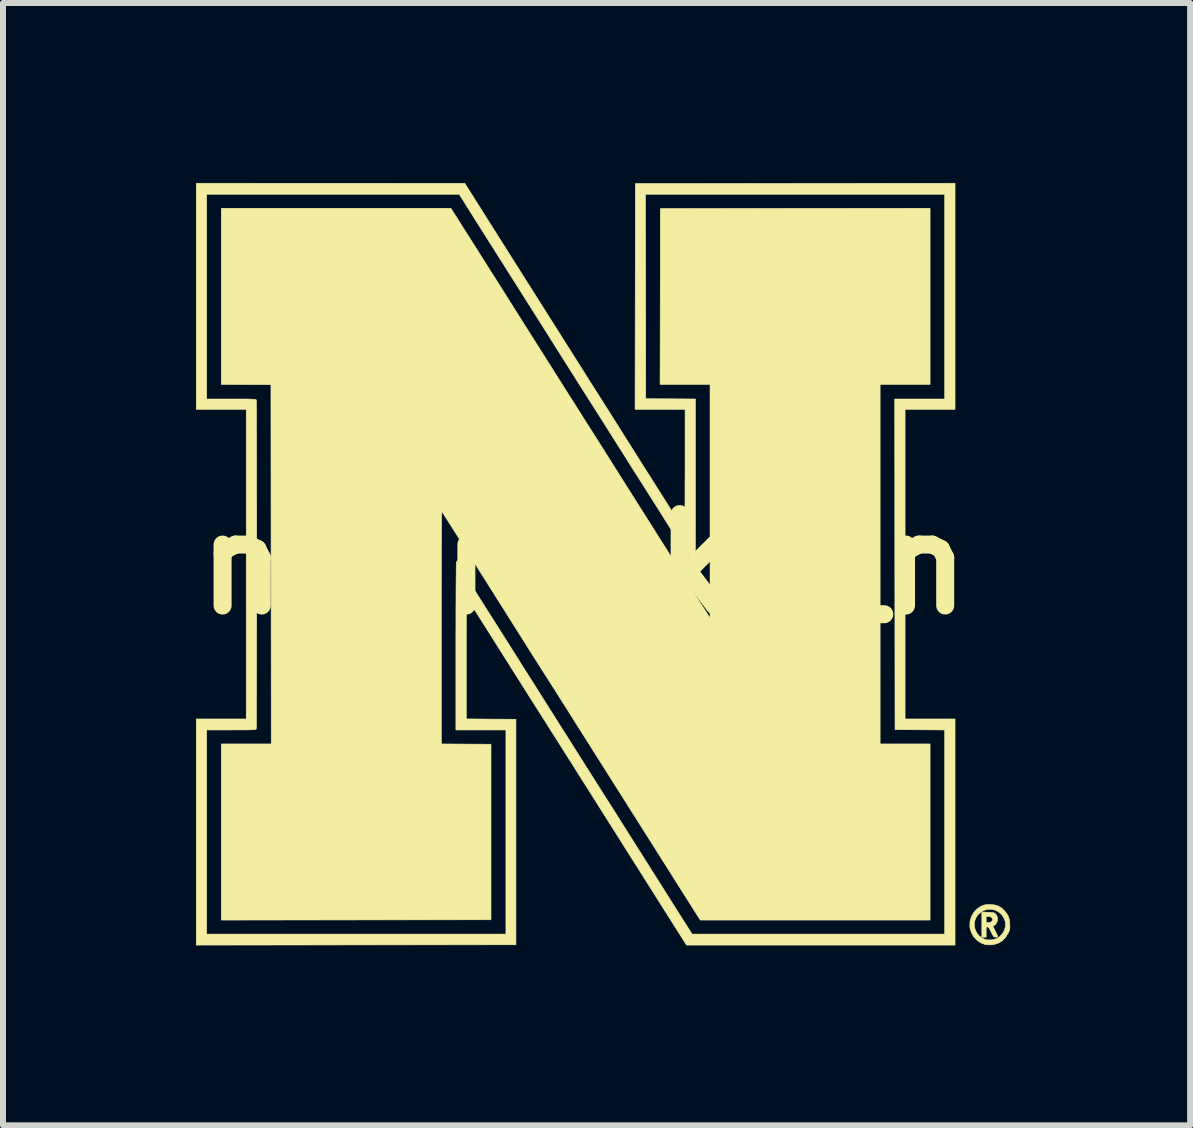
<source format=kicad_pcb>
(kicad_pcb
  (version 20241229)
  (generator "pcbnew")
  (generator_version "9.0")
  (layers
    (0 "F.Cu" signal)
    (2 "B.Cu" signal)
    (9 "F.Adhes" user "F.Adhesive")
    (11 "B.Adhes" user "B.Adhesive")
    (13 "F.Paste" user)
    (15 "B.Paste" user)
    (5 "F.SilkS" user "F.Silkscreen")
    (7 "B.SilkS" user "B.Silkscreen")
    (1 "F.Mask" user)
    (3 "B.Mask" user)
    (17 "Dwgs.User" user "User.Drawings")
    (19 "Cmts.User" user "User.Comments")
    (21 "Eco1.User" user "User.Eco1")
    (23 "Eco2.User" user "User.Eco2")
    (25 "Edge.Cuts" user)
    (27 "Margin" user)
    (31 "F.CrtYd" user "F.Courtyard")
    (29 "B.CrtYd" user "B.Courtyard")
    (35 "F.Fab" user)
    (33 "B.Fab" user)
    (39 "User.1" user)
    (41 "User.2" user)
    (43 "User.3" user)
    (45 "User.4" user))
  (footprint "nebraska_n"
    (layer "F.Cu")
    (at 6.684 6.355)
    (property "Reference" "nebraska_n" (at 0 0 0) (layer "F.SilkS") (effects (font (size 1.524 1.524) (thickness 0.3))))
    (attr through_hole)
    (fp_poly (pts (xy 6.736 5.803) (xy 6.783 5.805) (xy 6.815 5.808) (xy 6.836 5.813) (xy 6.85 5.821) (xy 6.864 5.833) (xy 6.888 5.87) (xy 6.896 5.914) (xy 6.89 5.958) (xy 6.868 5.998) (xy 6.843 6.021) (xy 6.818 6.037) (xy 6.858 6.117) (xy 6.876 6.154) (xy 6.89 6.185) (xy 6.898 6.204) (xy 6.899 6.208) (xy 6.89 6.215) (xy 6.868 6.218) (xy 6.865 6.218) (xy 6.849 6.217) (xy 6.837 6.211) (xy 6.825 6.198) (xy 6.81 6.173) (xy 6.79 6.134) (xy 6.789 6.132) (xy 6.767 6.088) (xy 6.749 6.061) (xy 6.735 6.048) (xy 6.726 6.045) (xy 6.716 6.047) (xy 6.71 6.054) (xy 6.707 6.071) (xy 6.706 6.102) (xy 6.706 6.132) (xy 6.706 6.218) (xy 6.634 6.218) (xy 6.634 5.872) (xy 6.706 5.872) (xy 6.706 5.974) (xy 6.746 5.974) (xy 6.776 5.971) (xy 6.796 5.959) (xy 6.803 5.949) (xy 6.814 5.929) (xy 6.812 5.913) (xy 6.803 5.898) (xy 6.786 5.88) (xy 6.762 5.873) (xy 6.746 5.872) (xy 6.706 5.872) (xy 6.634 5.872) (xy 6.634 5.799) (xy 6.736 5.803)) (stroke (width 0.01) (type solid)) (fill yes) (layer "F.SilkS"))
    (fp_poly (pts (xy 6.842 5.68) (xy 6.905 5.698) (xy 6.96 5.73) (xy 7.004 5.771) (xy 7.047 5.821) (xy 7.075 5.87) (xy 7.091 5.922) (xy 7.099 5.987) (xy 7.1 5.997) (xy 7.102 6.042) (xy 7.1 6.073) (xy 7.095 6.099) (xy 7.084 6.127) (xy 7.073 6.15) (xy 7.027 6.224) (xy 6.97 6.281) (xy 6.904 6.32) (xy 6.828 6.342) (xy 6.788 6.346) (xy 6.748 6.346) (xy 6.711 6.344) (xy 6.69 6.341) (xy 6.616 6.312) (xy 6.551 6.267) (xy 6.498 6.209) (xy 6.459 6.14) (xy 6.437 6.065) (xy 6.434 6.039) (xy 6.435 6.01) (xy 6.508 6.01) (xy 6.518 6.078) (xy 6.545 6.141) (xy 6.588 6.195) (xy 6.644 6.237) (xy 6.679 6.253) (xy 6.73 6.264) (xy 6.788 6.264) (xy 6.845 6.255) (xy 6.884 6.24) (xy 6.94 6.202) (xy 6.984 6.151) (xy 7.014 6.093) (xy 7.029 6.03) (xy 7.027 5.967) (xy 7.011 5.917) (xy 6.992 5.883) (xy 6.967 5.848) (xy 6.955 5.834) (xy 6.904 5.79) (xy 6.846 5.763) (xy 6.785 5.752) (xy 6.723 5.756) (xy 6.664 5.774) (xy 6.611 5.805) (xy 6.566 5.847) (xy 6.532 5.9) (xy 6.512 5.962) (xy 6.508 6.01) (xy 6.435 6.01) (xy 6.437 5.958) (xy 6.458 5.881) (xy 6.496 5.812) (xy 6.548 5.753) (xy 6.614 5.707) (xy 6.622 5.703) (xy 6.656 5.688) (xy 6.686 5.68) (xy 6.721 5.676) (xy 6.767 5.675) (xy 6.842 5.68)) (stroke (width 0.01) (type solid)) (fill yes) (layer "F.SilkS"))
    (fp_poly (pts (xy 5.771 -2.997) (xy 4.938 -2.997) (xy 4.938 2.997) (xy 5.771 2.997) (xy 5.771 5.933) (xy 1.941 5.933) (xy 1.904 5.875) (xy 1.893 5.858) (xy 1.871 5.824) (xy 1.841 5.777) (xy 1.803 5.716) (xy 1.757 5.644) (xy 1.705 5.561) (xy 1.647 5.47) (xy 1.585 5.371) (xy 1.518 5.266) (xy 1.449 5.156) (xy 1.407 5.09) (xy 1.325 4.96) (xy 1.237 4.821) (xy 1.145 4.675) (xy 1.05 4.525) (xy 0.955 4.375) (xy 0.863 4.228) (xy 0.773 4.087) (xy 0.69 3.955) (xy 0.614 3.835) (xy 0.569 3.764) (xy 0.496 3.649) (xy 0.415 3.52) (xy 0.327 3.381) (xy 0.234 3.235) (xy 0.139 3.085) (xy 0.045 2.935) (xy -0.048 2.788) (xy -0.137 2.648) (xy -0.219 2.518) (xy -0.237 2.489) (xy -0.304 2.382) (xy -0.369 2.28) (xy -0.43 2.184) (xy -0.486 2.095) (xy -0.537 2.014) (xy -0.582 1.944) (xy -0.619 1.885) (xy -0.649 1.839) (xy -0.669 1.807) (xy -0.68 1.79) (xy -0.681 1.788) (xy -0.686 1.781) (xy -0.695 1.767) (xy -0.709 1.745) (xy -0.728 1.715) (xy -0.753 1.676) (xy -0.783 1.628) (xy -0.821 1.569) (xy -0.864 1.5) (xy -0.916 1.419) (xy -0.974 1.326) (xy -1.041 1.221) (xy -1.115 1.103) (xy -1.199 0.97) (xy -1.291 0.824) (xy -1.393 0.662) (xy -1.505 0.485) (xy -1.627 0.291) (xy -1.705 0.168) (xy -1.81 0.002) (xy -1.904 -0.147) (xy -1.988 -0.28) (xy -2.062 -0.397) (xy -2.127 -0.501) (xy -2.184 -0.59) (xy -2.232 -0.666) (xy -2.272 -0.729) (xy -2.305 -0.78) (xy -2.33 -0.82) (xy -2.349 -0.849) (xy -2.361 -0.868) (xy -2.368 -0.877) (xy -2.369 -0.878) (xy -2.37 -0.869) (xy -2.37 -0.841) (xy -2.371 -0.794) (xy -2.372 -0.729) (xy -2.373 -0.648) (xy -2.374 -0.55) (xy -2.374 -0.438) (xy -2.375 -0.311) (xy -2.376 -0.171) (xy -2.376 -0.019) (xy -2.376 0.145) (xy -2.377 0.32) (xy -2.377 0.505) (xy -2.377 0.698) (xy -2.377 0.899) (xy -2.377 1.054) (xy -2.377 2.997) (xy -1.549 3.002) (xy -1.549 5.928) (xy -3.797 5.931) (xy -6.045 5.933) (xy -6.045 2.997) (xy -5.212 2.997) (xy -5.217 -2.992) (xy -6.045 -2.997) (xy -6.045 -5.933) (xy -4.131 -5.933) (xy -2.218 -5.933) (xy -2.126 -5.789) (xy -2.005 -5.597) (xy -1.888 -5.413) (xy -1.776 -5.236) (xy -1.67 -5.069) (xy -1.572 -4.913) (xy -1.481 -4.77) (xy -1.399 -4.64) (xy -1.326 -4.525) (xy -1.295 -4.475) (xy -1.236 -4.381) (xy -1.178 -4.29) (xy -1.121 -4.199) (xy -1.063 -4.107) (xy -1.003 -4.012) (xy -0.94 -3.912) (xy -0.872 -3.805) (xy -0.799 -3.69) (xy -0.719 -3.563) (xy -0.631 -3.424) (xy -0.534 -3.271) (xy -0.49 -3.2) (xy -0.429 -3.104) (xy -0.365 -3.004) (xy -0.302 -2.903) (xy -0.24 -2.805) (xy -0.181 -2.713) (xy -0.128 -2.629) (xy -0.083 -2.557) (xy -0.053 -2.51) (xy -0.006 -2.435) (xy 0.044 -2.356) (xy 0.094 -2.278) (xy 0.141 -2.204) (xy 0.182 -2.139) (xy 0.208 -2.098) (xy 0.245 -2.04) (xy 0.289 -1.97) (xy 0.338 -1.894) (xy 0.387 -1.815) (xy 0.434 -1.741) (xy 0.449 -1.717) (xy 0.538 -1.576) (xy 0.627 -1.434) (xy 0.719 -1.289) (xy 0.816 -1.136) (xy 0.919 -0.972) (xy 1.001 -0.843) (xy 1.052 -0.762) (xy 1.109 -0.673) (xy 1.169 -0.578) (xy 1.23 -0.48) (xy 1.293 -0.381) (xy 1.355 -0.283) (xy 1.415 -0.188) (xy 1.472 -0.099) (xy 1.523 -0.017) (xy 1.569 0.055) (xy 1.607 0.116) (xy 1.636 0.162) (xy 1.646 0.178) (xy 1.694 0.254) (xy 1.744 0.332) (xy 1.793 0.411) (xy 1.842 0.488) (xy 1.887 0.56) (xy 1.928 0.624) (xy 1.962 0.677) (xy 1.988 0.718) (xy 2 0.737) (xy 2.026 0.777) (xy 2.052 0.818) (xy 2.073 0.85) (xy 2.074 0.853) (xy 2.103 0.898) (xy 2.103 -2.997) (xy 1.27 -2.997) (xy 1.273 -4.463) (xy 1.275 -5.928) (xy 5.771 -5.933) (xy 5.771 -2.997)) (stroke (width 0.01) (type solid)) (fill yes) (layer "F.SilkS"))
    (fp_poly (pts (xy 6.187 -2.581) (xy 5.354 -2.581) (xy 5.354 2.581) (xy 6.187 2.581) (xy 6.187 6.35) (xy 1.711 6.35) (xy 1.327 5.743) (xy 1.262 5.641) (xy 1.2 5.542) (xy 1.141 5.448) (xy 1.086 5.362) (xy 1.037 5.284) (xy 0.993 5.215) (xy 0.957 5.158) (xy 0.93 5.115) (xy 0.911 5.085) (xy 0.904 5.075) (xy 0.891 5.053) (xy 0.867 5.016) (xy 0.836 4.966) (xy 0.798 4.906) (xy 0.755 4.838) (xy 0.708 4.763) (xy 0.658 4.685) (xy 0.645 4.663) (xy 0.54 4.497) (xy 0.435 4.332) (xy 0.331 4.167) (xy 0.229 4.005) (xy 0.128 3.845) (xy 0.03 3.69) (xy -0.065 3.54) (xy -0.156 3.396) (xy -0.243 3.258) (xy -0.325 3.129) (xy -0.401 3.008) (xy -0.471 2.898) (xy -0.535 2.798) (xy -0.591 2.709) (xy -0.638 2.634) (xy -0.678 2.571) (xy -0.708 2.524) (xy -0.728 2.492) (xy -0.737 2.479) (xy -0.749 2.459) (xy -0.772 2.424) (xy -0.803 2.375) (xy -0.842 2.313) (xy -0.888 2.241) (xy -0.94 2.159) (xy -0.996 2.069) (xy -1.057 1.973) (xy -1.121 1.872) (xy -1.164 1.803) (xy -1.233 1.695) (xy -1.302 1.585) (xy -1.371 1.476) (xy -1.438 1.37) (xy -1.501 1.27) (xy -1.559 1.178) (xy -1.611 1.095) (xy -1.656 1.025) (xy -1.691 0.969) (xy -1.701 0.953) (xy -1.744 0.885) (xy -1.787 0.818) (xy -1.827 0.755) (xy -1.861 0.7) (xy -1.889 0.656) (xy -1.907 0.628) (xy -1.96 0.544) (xy -1.961 1.562) (xy -1.961 2.58) (xy -1.133 2.586) (xy -1.133 6.345) (xy -6.462 6.35) (xy -6.462 2.581) (xy -5.629 2.581) (xy -5.629 -2.581) (xy -6.462 -2.581) (xy -6.462 -6.167) (xy -6.289 -6.167) (xy -6.289 -2.753) (xy -5.879 -2.753) (xy -5.776 -2.753) (xy -5.691 -2.753) (xy -5.623 -2.753) (xy -5.57 -2.752) (xy -5.53 -2.75) (xy -5.502 -2.749) (xy -5.482 -2.747) (xy -5.47 -2.744) (xy -5.464 -2.74) (xy -5.462 -2.737) (xy -5.461 -2.726) (xy -5.461 -2.695) (xy -5.46 -2.646) (xy -5.46 -2.579) (xy -5.459 -2.497) (xy -5.459 -2.399) (xy -5.459 -2.286) (xy -5.458 -2.161) (xy -5.458 -2.024) (xy -5.458 -1.875) (xy -5.457 -1.716) (xy -5.457 -1.548) (xy -5.457 -1.372) (xy -5.457 -1.188) (xy -5.456 -0.999) (xy -5.456 -0.805) (xy -5.456 -0.606) (xy -5.456 -0.404) (xy -5.456 -0.201) (xy -5.456 0.004) (xy -5.456 0.209) (xy -5.456 0.412) (xy -5.456 0.614) (xy -5.456 0.812) (xy -5.456 1.007) (xy -5.457 1.196) (xy -5.457 1.38) (xy -5.457 1.556) (xy -5.457 1.724) (xy -5.458 1.883) (xy -5.458 2.032) (xy -5.458 2.17) (xy -5.459 2.295) (xy -5.459 2.408) (xy -5.459 2.506) (xy -5.46 2.589) (xy -5.46 2.655) (xy -5.461 2.705) (xy -5.461 2.736) (xy -5.462 2.747) (xy -5.462 2.747) (xy -5.465 2.751) (xy -5.473 2.755) (xy -5.487 2.757) (xy -5.509 2.759) (xy -5.541 2.761) (xy -5.585 2.762) (xy -5.642 2.763) (xy -5.715 2.763) (xy -5.805 2.763) (xy -5.879 2.764) (xy -6.289 2.764) (xy -6.289 6.167) (xy -1.3 6.167) (xy -1.3 2.764) (xy -2.134 2.764) (xy -2.134 1.354) (xy -2.134 1.187) (xy -2.133 1.026) (xy -2.133 0.871) (xy -2.133 0.725) (xy -2.132 0.587) (xy -2.132 0.46) (xy -2.131 0.345) (xy -2.13 0.242) (xy -2.129 0.153) (xy -2.129 0.08) (xy -2.128 0.022) (xy -2.127 -0.019) (xy -2.126 -0.041) (xy -2.125 -0.045) (xy -2.117 -0.033) (xy -2.1 -0.008) (xy -2.077 0.028) (xy -2.051 0.069) (xy -2.05 0.071) (xy -2.029 0.106) (xy -2.005 0.143) (xy -1.979 0.185) (xy -1.95 0.232) (xy -1.915 0.286) (xy -1.876 0.349) (xy -1.83 0.421) (xy -1.777 0.505) (xy -1.716 0.602) (xy -1.646 0.713) (xy -1.566 0.839) (xy -1.56 0.848) (xy -1.502 0.939) (xy -1.437 1.042) (xy -1.366 1.154) (xy -1.292 1.271) (xy -1.218 1.388) (xy -1.147 1.501) (xy -1.081 1.605) (xy -1.062 1.636) (xy -1.008 1.722) (xy -0.944 1.822) (xy -0.874 1.933) (xy -0.798 2.053) (xy -0.72 2.177) (xy -0.64 2.304) (xy -0.56 2.43) (xy -0.483 2.551) (xy -0.417 2.657) (xy -0.348 2.766) (xy -0.277 2.877) (xy -0.207 2.988) (xy -0.139 3.096) (xy -0.074 3.199) (xy -0.013 3.295) (xy 0.041 3.381) (xy 0.088 3.455) (xy 0.126 3.515) (xy 0.133 3.526) (xy 0.204 3.638) (xy 0.264 3.733) (xy 0.315 3.814) (xy 0.358 3.881) (xy 0.392 3.935) (xy 0.419 3.976) (xy 0.438 4.007) (xy 0.442 4.013) (xy 0.453 4.029) (xy 0.472 4.06) (xy 0.5 4.105) (xy 0.536 4.161) (xy 0.577 4.226) (xy 0.623 4.299) (xy 0.672 4.377) (xy 0.709 4.435) (xy 0.769 4.531) (xy 0.834 4.634) (xy 0.902 4.742) (xy 0.97 4.849) (xy 1.035 4.951) (xy 1.094 5.045) (xy 1.145 5.127) (xy 1.148 5.131) (xy 1.329 5.417) (xy 1.503 5.693) (xy 1.674 5.963) (xy 1.705 6.012) (xy 1.803 6.167) (xy 6.015 6.167) (xy 6.015 4.465) (xy 6.015 2.764) (xy 5.601 2.761) (xy 5.187 2.758) (xy 5.184 0.003) (xy 5.182 -2.753) (xy 5.598 -2.753) (xy 6.015 -2.753) (xy 6.015 -6.167) (xy 3.52 -6.167) (xy 1.026 -6.167) (xy 1.029 -4.463) (xy 1.031 -2.758) (xy 1.445 -2.756) (xy 1.859 -2.753) (xy 1.859 -1.351) (xy 1.859 -1.184) (xy 1.859 -1.023) (xy 1.859 -0.868) (xy 1.859 -0.722) (xy 1.859 -0.584) (xy 1.858 -0.457) (xy 1.858 -0.342) (xy 1.858 -0.239) (xy 1.857 -0.149) (xy 1.857 -0.075) (xy 1.856 -0.017) (xy 1.856 0.024) (xy 1.855 0.047) (xy 1.855 0.051) (xy 1.854 0.05) (xy 1.852 0.048) (xy 1.848 0.043) (xy 1.842 0.035) (xy 1.833 0.021) (xy 1.82 0.000216) (xy 1.802 -0.028) (xy 1.779 -0.064) (xy 1.749 -0.11) (xy 1.713 -0.167) (xy 1.669 -0.236) (xy 1.617 -0.319) (xy 1.556 -0.416) (xy 1.485 -0.528) (xy 1.456 -0.574) (xy 1.398 -0.666) (xy 1.336 -0.764) (xy 1.274 -0.863) (xy 1.213 -0.96) (xy 1.155 -1.051) (xy 1.103 -1.133) (xy 1.059 -1.202) (xy 1.052 -1.214) (xy 1.02 -1.264) (xy 0.979 -1.33) (xy 0.929 -1.408) (xy 0.872 -1.498) (xy 0.809 -1.597) (xy 0.742 -1.703) (xy 0.672 -1.815) (xy 0.599 -1.93) (xy 0.526 -2.045) (xy 0.454 -2.159) (xy 0.386 -2.268) (xy 0.319 -2.373) (xy 0.257 -2.472) (xy 0.198 -2.564) (xy 0.145 -2.649) (xy 0.097 -2.723) (xy 0.057 -2.787) (xy 0.025 -2.838) (xy 0.001 -2.875) (xy -0.013 -2.897) (xy -0.015 -2.901) (xy -0.027 -2.919) (xy -0.048 -2.952) (xy -0.078 -2.999) (xy -0.116 -3.058) (xy -0.159 -3.128) (xy -0.209 -3.205) (xy -0.262 -3.29) (xy -0.318 -3.379) (xy -0.356 -3.439) (xy -0.436 -3.565) (xy -0.507 -3.678) (xy -0.572 -3.781) (xy -0.631 -3.875) (xy -0.687 -3.964) (xy -0.741 -4.05) (xy -0.796 -4.136) (xy -0.851 -4.224) (xy -0.91 -4.317) (xy -0.974 -4.417) (xy -1.043 -4.528) (xy -1.121 -4.651) (xy -1.184 -4.75) (xy -1.274 -4.892) (xy -1.353 -5.018) (xy -1.424 -5.129) (xy -1.485 -5.226) (xy -1.538 -5.31) (xy -1.584 -5.383) (xy -1.623 -5.445) (xy -1.657 -5.497) (xy -1.684 -5.541) (xy -1.708 -5.578) (xy -1.727 -5.609) (xy -1.743 -5.634) (xy -1.757 -5.655) (xy -1.768 -5.673) (xy -1.779 -5.69) (xy -1.799 -5.721) (xy -1.827 -5.766) (xy -1.861 -5.821) (xy -1.899 -5.881) (xy -1.938 -5.944) (xy -1.952 -5.966) (xy -2.078 -6.167) (xy -6.289 -6.167) (xy -6.462 -6.167) (xy -6.462 -6.35) (xy -1.986 -6.349) (xy -1.717 -5.923) (xy -1.653 -5.821) (xy -1.583 -5.71) (xy -1.509 -5.594) (xy -1.435 -5.476) (xy -1.363 -5.362) (xy -1.295 -5.255) (xy -1.235 -5.159) (xy -1.215 -5.128) (xy -1.157 -5.035) (xy -1.093 -4.935) (xy -1.028 -4.832) (xy -0.964 -4.73) (xy -0.902 -4.633) (xy -0.847 -4.545) (xy -0.803 -4.475) (xy -0.769 -4.422) (xy -0.725 -4.353) (xy -0.673 -4.27) (xy -0.614 -4.177) (xy -0.549 -4.074) (xy -0.479 -3.964) (xy -0.406 -3.848) (xy -0.331 -3.729) (xy -0.255 -3.609) (xy -0.179 -3.489) (xy -0.157 -3.454) (xy -0.031 -3.255) (xy 0.084 -3.072) (xy 0.19 -2.905) (xy 0.286 -2.754) (xy 0.373 -2.616) (xy 0.451 -2.493) (xy 0.52 -2.383) (xy 0.582 -2.286) (xy 0.635 -2.2) (xy 0.682 -2.126) (xy 0.722 -2.063) (xy 0.756 -2.01) (xy 0.777 -1.976) (xy 0.801 -1.937) (xy 0.835 -1.884) (xy 0.876 -1.82) (xy 0.922 -1.746) (xy 0.972 -1.667) (xy 1.024 -1.585) (xy 1.076 -1.502) (xy 1.082 -1.494) (xy 1.14 -1.402) (xy 1.203 -1.302) (xy 1.269 -1.198) (xy 1.334 -1.095) (xy 1.396 -0.997) (xy 1.452 -0.908) (xy 1.486 -0.853) (xy 1.53 -0.784) (xy 1.57 -0.72) (xy 1.606 -0.664) (xy 1.636 -0.617) (xy 1.659 -0.582) (xy 1.673 -0.56) (xy 1.678 -0.554) (xy 1.679 -0.563) (xy 1.68 -0.59) (xy 1.681 -0.636) (xy 1.682 -0.699) (xy 1.683 -0.777) (xy 1.684 -0.869) (xy 1.685 -0.975) (xy 1.686 -1.093) (xy 1.686 -1.222) (xy 1.686 -1.361) (xy 1.687 -1.509) (xy 1.687 -1.563) (xy 1.687 -2.581) (xy 1.27 -2.581) (xy 0.853 -2.581) (xy 0.856 -4.463) (xy 0.859 -6.345) (xy 3.523 -6.347) (xy 6.187 -6.35) (xy 6.187 -2.581)) (stroke (width 0.01) (type solid)) (fill yes) (layer "F.SilkS")))
  (gr_rect
    (start -3 -3)
    (end 16.79 15.71)
    (stroke (width 0.1) (type default))
    (fill no)
    (layer "Edge.Cuts")))
</source>
